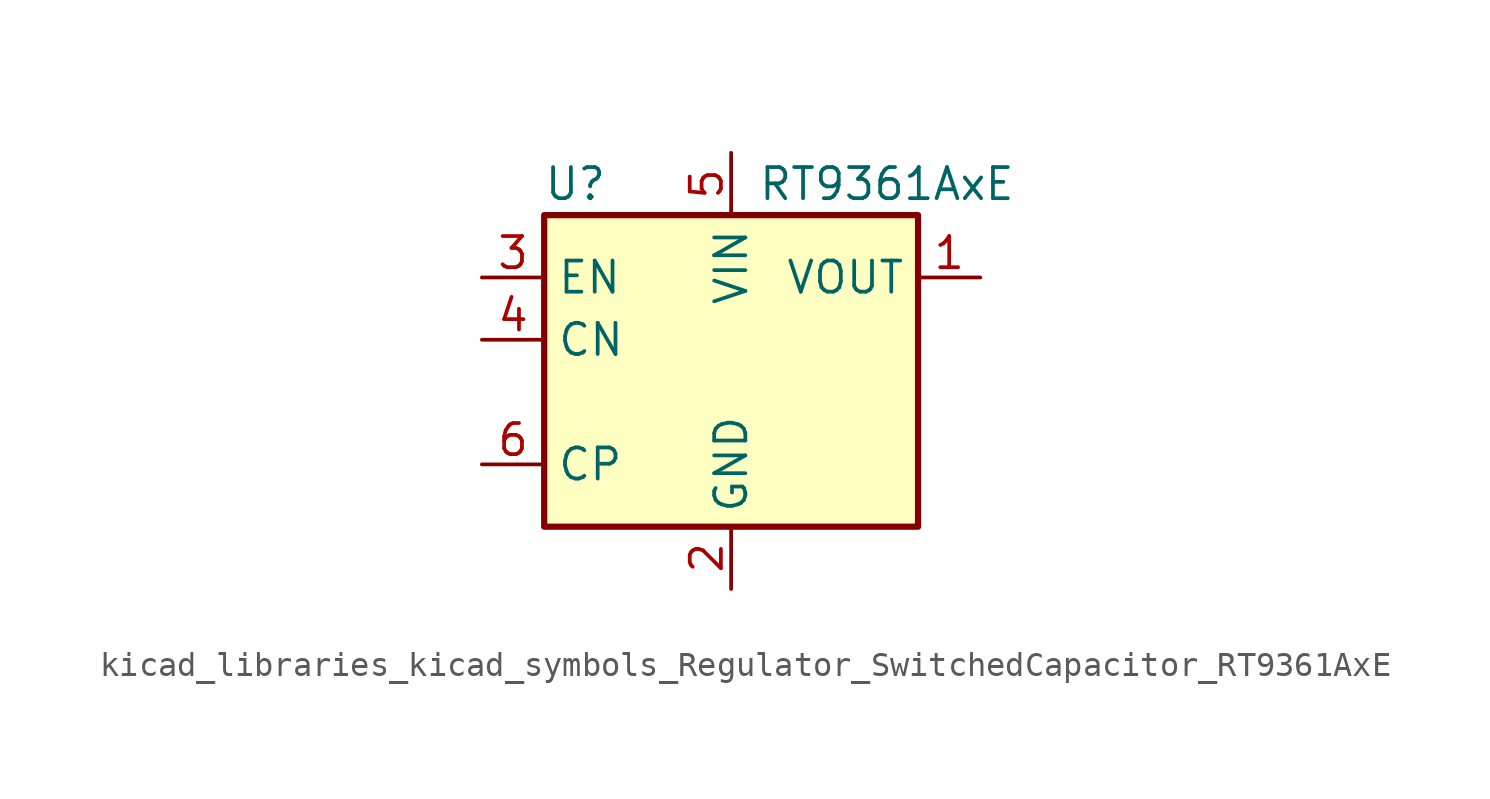
<source format=kicad_sym>
(kicad_symbol_lib
  (version 20220914)
  (generator kicad_symbol_editor)
  (symbol "kicad_libraries_kicad_symbols_Regulator_SwitchedCapacitor_RT9361AxE"
    (property "Reference" "U"
      (at -6.35 6.35 0)
      (effects (font (size 1.27 1.27))))
    (property "Value" "RT9361AxE"
      (at 6.35 6.35 0)
      (effects (font (size 1.27 1.27))))
    (symbol "kicad_libraries_kicad_symbols_Regulator_SwitchedCapacitor_RT9361AxE_1_1"
      (rectangle (start -7.62 5.08) (end 7.62 -7.62) (stroke (width 0.254) (type default)) (fill (type background)))
      (pin power_out line (at 10.16 2.54 180) (length 2.54) (name "VOUT" (effects (font (size 1.27 1.27)))) (number "1" (effects (font (size 1.27 1.27)))))
      (pin power_in line (at 0 -10.16 90) (length 2.54) (name "GND" (effects (font (size 1.27 1.27)))) (number "2" (effects (font (size 1.27 1.27)))))
      (pin input line (at -10.16 2.54 0) (length 2.54) (name "EN" (effects (font (size 1.27 1.27)))) (number "3" (effects (font (size 1.27 1.27)))))
      (pin passive line (at -10.16 0 0) (length 2.54) (name "CN" (effects (font (size 1.27 1.27)))) (number "4" (effects (font (size 1.27 1.27)))))
      (pin power_in line (at 0 7.62 270) (length 2.54) (name "VIN" (effects (font (size 1.27 1.27)))) (number "5" (effects (font (size 1.27 1.27)))))
      (pin passive line (at -10.16 -5.08 0) (length 2.54) (name "CP" (effects (font (size 1.27 1.27)))) (number "6" (effects (font (size 1.27 1.27))))))))
</source>
